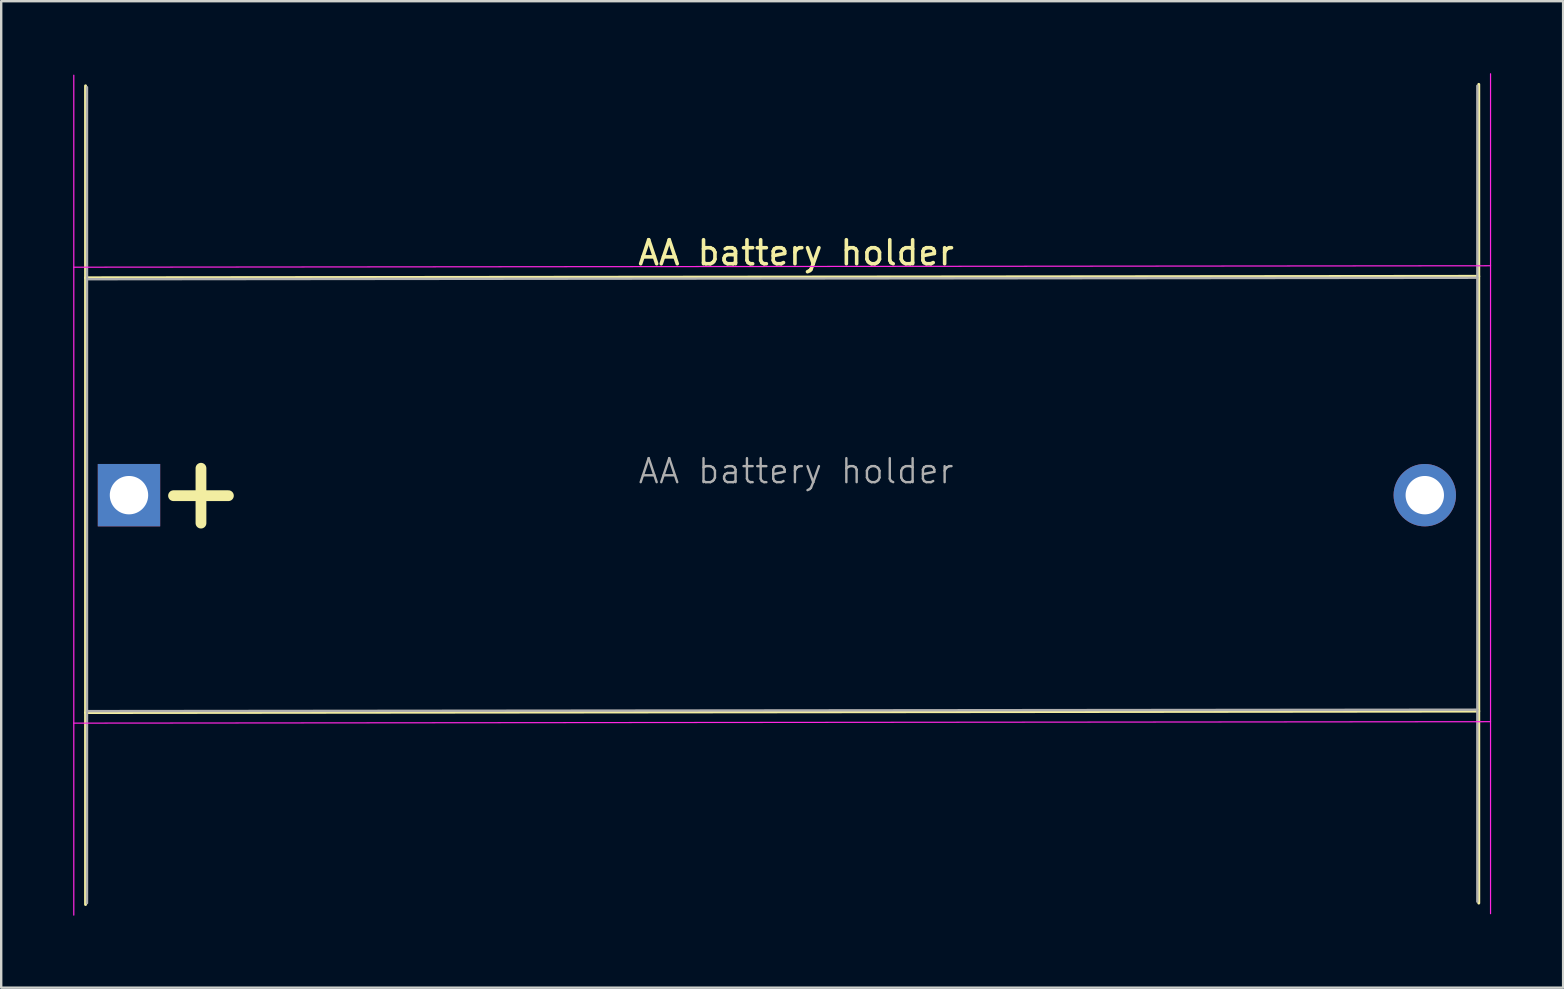
<source format=kicad_pcb>
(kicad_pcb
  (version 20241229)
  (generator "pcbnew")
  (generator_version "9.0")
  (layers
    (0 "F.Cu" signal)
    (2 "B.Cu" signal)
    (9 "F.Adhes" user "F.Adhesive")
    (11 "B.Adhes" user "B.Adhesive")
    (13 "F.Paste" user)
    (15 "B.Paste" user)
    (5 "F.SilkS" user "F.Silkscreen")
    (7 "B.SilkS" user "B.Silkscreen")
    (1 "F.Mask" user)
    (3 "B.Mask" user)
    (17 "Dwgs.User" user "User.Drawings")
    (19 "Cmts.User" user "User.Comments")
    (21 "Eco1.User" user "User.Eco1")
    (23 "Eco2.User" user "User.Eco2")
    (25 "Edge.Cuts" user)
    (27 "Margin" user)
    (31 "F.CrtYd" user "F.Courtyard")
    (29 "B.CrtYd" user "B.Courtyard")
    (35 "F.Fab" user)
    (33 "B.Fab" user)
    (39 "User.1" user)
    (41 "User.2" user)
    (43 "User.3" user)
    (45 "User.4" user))
  (footprint "AA battery holder"
    (layer "F.Cu")
    (at 2.325 17.585)
    (property "Reference" "AA battery holder" (at 27.8 -10.1 0) (layer "F.SilkS") (effects (font (size 1 1) (thickness 0.15))))
    (attr through_hole)
    (fp_line (start -1.81 -17.06) (end -1.81 17.06) (stroke (width 0.12) (type solid)) (layer "F.SilkS"))
    (fp_line (start -1.81 -9.06) (end 56.25 -9.12) (stroke (width 0.12) (type solid)) (layer "F.SilkS"))
    (fp_line (start -1.81 9.06) (end 56.25 9) (stroke (width 0.12) (type solid)) (layer "F.SilkS"))
    (fp_line (start 56.25 -17.12) (end 56.25 17) (stroke (width 0.12) (type solid)) (layer "F.SilkS"))
    (fp_line (start -2.3 -9.5) (end 56.74 -9.56) (stroke (width 0.05) (type solid)) (layer "F.CrtYd"))
    (fp_line (start -2.3 17.5) (end -2.3 -17.5) (stroke (width 0.05) (type solid)) (layer "F.CrtYd"))
    (fp_line (start 56.74 -17.56) (end 56.74 17.44) (stroke (width 0.05) (type solid)) (layer "F.CrtYd"))
    (fp_line (start 56.74 9.44) (end -2.3 9.5) (stroke (width 0.05) (type solid)) (layer "F.CrtYd"))
    (fp_line (start -1.75 -9) (end 56.19 -9.06) (stroke (width 0.1) (type solid)) (layer "F.Fab"))
    (fp_line (start -1.75 17) (end -1.75 -17) (stroke (width 0.1) (type solid)) (layer "F.Fab"))
    (fp_line (start 56.19 -17.06) (end 56.19 16.94) (stroke (width 0.1) (type solid)) (layer "F.Fab"))
    (fp_line (start 56.19 8.94) (end -1.75 9) (stroke (width 0.1) (type solid)) (layer "F.Fab"))
    (fp_text user "+" (at 3 -0.2 0) (layer "F.SilkS") (effects (font (size 3 3) (thickness 0.45))))
    (fp_text user "${REFERENCE}" (at 27.8 -1 0) (layer "F.Fab") (effects (font (size 1 1) (thickness 0.1))))
    (pad "1" thru_hole rect (at 0 0) (size 2.6 2.6) (drill 1.6) (layers "*.Cu" "*.Mask"))
    (pad "2" thru_hole circle (at 54 0) (size 2.6 2.6) (drill 1.6) (layers "*.Cu" "*.Mask")))
  (gr_rect
    (start -3 -3)
    (end 62.09 38.11)
    (stroke (width 0.1) (type default))
    (fill no)
    (layer "Edge.Cuts")))
</source>
